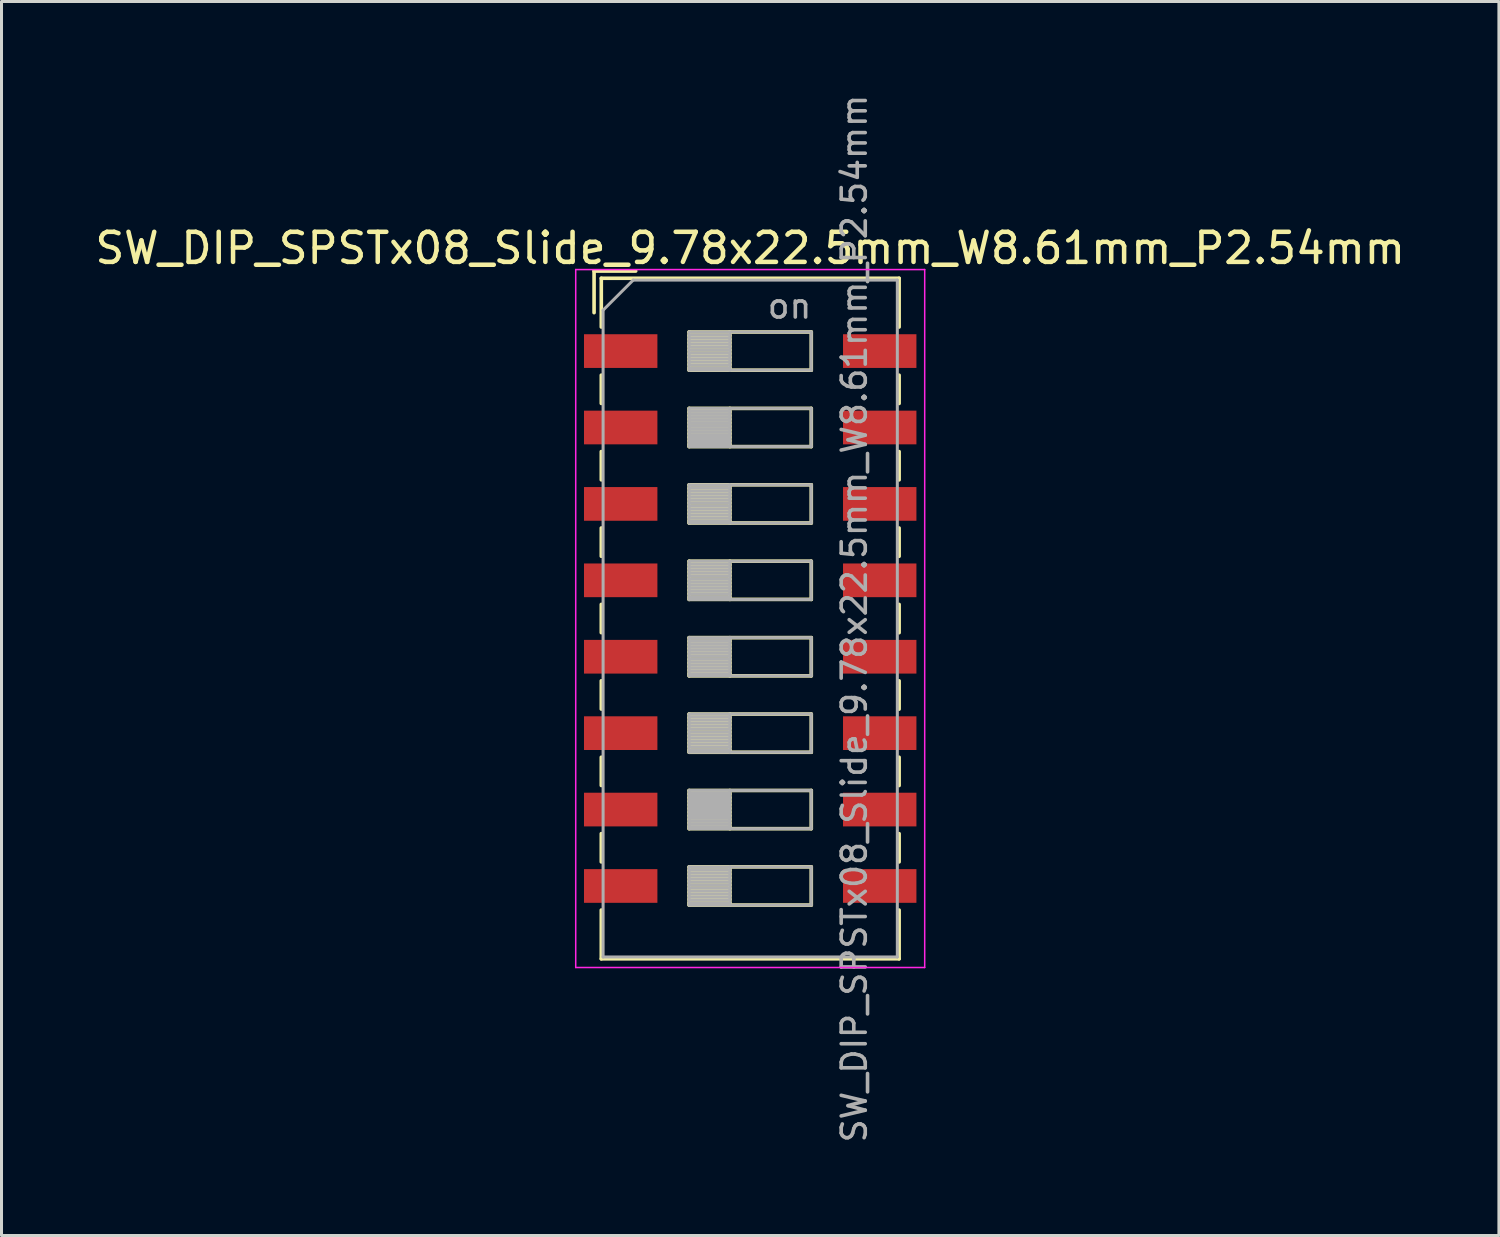
<source format=kicad_pcb>
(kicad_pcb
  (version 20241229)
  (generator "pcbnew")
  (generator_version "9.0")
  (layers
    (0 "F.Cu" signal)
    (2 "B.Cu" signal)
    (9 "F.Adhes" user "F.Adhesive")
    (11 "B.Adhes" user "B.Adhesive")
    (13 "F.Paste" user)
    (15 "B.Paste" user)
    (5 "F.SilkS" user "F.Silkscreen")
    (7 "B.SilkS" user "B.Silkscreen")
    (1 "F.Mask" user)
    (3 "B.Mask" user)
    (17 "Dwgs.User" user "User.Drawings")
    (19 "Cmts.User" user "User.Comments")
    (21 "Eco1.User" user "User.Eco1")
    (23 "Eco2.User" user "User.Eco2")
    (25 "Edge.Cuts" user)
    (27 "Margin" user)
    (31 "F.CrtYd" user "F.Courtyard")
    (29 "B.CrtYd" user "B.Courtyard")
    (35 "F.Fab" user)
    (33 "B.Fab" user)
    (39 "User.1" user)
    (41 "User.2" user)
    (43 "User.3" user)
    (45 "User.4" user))
  (footprint "SW_DIP_SPSTx08_Slide_9.78x22.5mm_W8.61mm_P2.54mm"
    (layer "F.Cu")
    (at 21.887 17.51)
    (property "Reference" "SW_DIP_SPSTx08_Slide_9.78x22.5mm_W8.61mm_P2.54mm" (at 0 -12.31 0) (layer "F.SilkS") (effects (font (size 1 1) (thickness 0.15))))
    (attr smd)
    (fp_line (start -5.19 -11.55) (end -5.19 -10.167) (stroke (width 0.12) (type solid)) (layer "F.SilkS"))
    (fp_line (start -5.19 -11.55) (end -3.806 -11.55) (stroke (width 0.12) (type solid)) (layer "F.SilkS"))
    (fp_line (start -4.95 -11.31) (end -4.95 -9.69) (stroke (width 0.12) (type solid)) (layer "F.SilkS"))
    (fp_line (start -4.95 -11.31) (end 4.95 -11.31) (stroke (width 0.12) (type solid)) (layer "F.SilkS"))
    (fp_line (start -4.95 -8.09) (end -4.95 -7.15) (stroke (width 0.12) (type solid)) (layer "F.SilkS"))
    (fp_line (start -4.95 -5.55) (end -4.95 -4.61) (stroke (width 0.12) (type solid)) (layer "F.SilkS"))
    (fp_line (start -4.95 -3.01) (end -4.95 -2.07) (stroke (width 0.12) (type solid)) (layer "F.SilkS"))
    (fp_line (start -4.95 -0.47) (end -4.95 0.47) (stroke (width 0.12) (type solid)) (layer "F.SilkS"))
    (fp_line (start -4.95 2.07) (end -4.95 3.01) (stroke (width 0.12) (type solid)) (layer "F.SilkS"))
    (fp_line (start -4.95 4.61) (end -4.95 5.55) (stroke (width 0.12) (type solid)) (layer "F.SilkS"))
    (fp_line (start -4.95 7.15) (end -4.95 8.09) (stroke (width 0.12) (type solid)) (layer "F.SilkS"))
    (fp_line (start -4.95 9.69) (end -4.95 11.311) (stroke (width 0.12) (type solid)) (layer "F.SilkS"))
    (fp_line (start -4.95 11.311) (end 4.95 11.311) (stroke (width 0.12) (type solid)) (layer "F.SilkS"))
    (fp_line (start -2.03 -9.525) (end -2.03 -8.255) (stroke (width 0.12) (type solid)) (layer "F.SilkS"))
    (fp_line (start -2.03 -9.405) (end -0.677 -9.405) (stroke (width 0.12) (type solid)) (layer "F.SilkS"))
    (fp_line (start -2.03 -9.285) (end -0.677 -9.285) (stroke (width 0.12) (type solid)) (layer "F.SilkS"))
    (fp_line (start -2.03 -9.165) (end -0.677 -9.165) (stroke (width 0.12) (type solid)) (layer "F.SilkS"))
    (fp_line (start -2.03 -9.045) (end -0.677 -9.045) (stroke (width 0.12) (type solid)) (layer "F.SilkS"))
    (fp_line (start -2.03 -8.925) (end -0.677 -8.925) (stroke (width 0.12) (type solid)) (layer "F.SilkS"))
    (fp_line (start -2.03 -8.805) (end -0.677 -8.805) (stroke (width 0.12) (type solid)) (layer "F.SilkS"))
    (fp_line (start -2.03 -8.685) (end -0.677 -8.685) (stroke (width 0.12) (type solid)) (layer "F.SilkS"))
    (fp_line (start -2.03 -8.565) (end -0.677 -8.565) (stroke (width 0.12) (type solid)) (layer "F.SilkS"))
    (fp_line (start -2.03 -8.445) (end -0.677 -8.445) (stroke (width 0.12) (type solid)) (layer "F.SilkS"))
    (fp_line (start -2.03 -8.325) (end -0.677 -8.325) (stroke (width 0.12) (type solid)) (layer "F.SilkS"))
    (fp_line (start -2.03 -8.255) (end 2.03 -8.255) (stroke (width 0.12) (type solid)) (layer "F.SilkS"))
    (fp_line (start -2.03 -6.985) (end -2.03 -5.715) (stroke (width 0.12) (type solid)) (layer "F.SilkS"))
    (fp_line (start -2.03 -6.865) (end -0.677 -6.865) (stroke (width 0.12) (type solid)) (layer "F.SilkS"))
    (fp_line (start -2.03 -6.745) (end -0.677 -6.745) (stroke (width 0.12) (type solid)) (layer "F.SilkS"))
    (fp_line (start -2.03 -6.625) (end -0.677 -6.625) (stroke (width 0.12) (type solid)) (layer "F.SilkS"))
    (fp_line (start -2.03 -6.505) (end -0.677 -6.505) (stroke (width 0.12) (type solid)) (layer "F.SilkS"))
    (fp_line (start -2.03 -6.385) (end -0.677 -6.385) (stroke (width 0.12) (type solid)) (layer "F.SilkS"))
    (fp_line (start -2.03 -6.265) (end -0.677 -6.265) (stroke (width 0.12) (type solid)) (layer "F.SilkS"))
    (fp_line (start -2.03 -6.145) (end -0.677 -6.145) (stroke (width 0.12) (type solid)) (layer "F.SilkS"))
    (fp_line (start -2.03 -6.025) (end -0.677 -6.025) (stroke (width 0.12) (type solid)) (layer "F.SilkS"))
    (fp_line (start -2.03 -5.905) (end -0.677 -5.905) (stroke (width 0.12) (type solid)) (layer "F.SilkS"))
    (fp_line (start -2.03 -5.785) (end -0.677 -5.785) (stroke (width 0.12) (type solid)) (layer "F.SilkS"))
    (fp_line (start -2.03 -5.715) (end 2.03 -5.715) (stroke (width 0.12) (type solid)) (layer "F.SilkS"))
    (fp_line (start -2.03 -4.445) (end -2.03 -3.175) (stroke (width 0.12) (type solid)) (layer "F.SilkS"))
    (fp_line (start -2.03 -4.325) (end -0.677 -4.325) (stroke (width 0.12) (type solid)) (layer "F.SilkS"))
    (fp_line (start -2.03 -4.205) (end -0.677 -4.205) (stroke (width 0.12) (type solid)) (layer "F.SilkS"))
    (fp_line (start -2.03 -4.085) (end -0.677 -4.085) (stroke (width 0.12) (type solid)) (layer "F.SilkS"))
    (fp_line (start -2.03 -3.965) (end -0.677 -3.965) (stroke (width 0.12) (type solid)) (layer "F.SilkS"))
    (fp_line (start -2.03 -3.845) (end -0.677 -3.845) (stroke (width 0.12) (type solid)) (layer "F.SilkS"))
    (fp_line (start -2.03 -3.725) (end -0.677 -3.725) (stroke (width 0.12) (type solid)) (layer "F.SilkS"))
    (fp_line (start -2.03 -3.605) (end -0.677 -3.605) (stroke (width 0.12) (type solid)) (layer "F.SilkS"))
    (fp_line (start -2.03 -3.485) (end -0.677 -3.485) (stroke (width 0.12) (type solid)) (layer "F.SilkS"))
    (fp_line (start -2.03 -3.365) (end -0.677 -3.365) (stroke (width 0.12) (type solid)) (layer "F.SilkS"))
    (fp_line (start -2.03 -3.245) (end -0.677 -3.245) (stroke (width 0.12) (type solid)) (layer "F.SilkS"))
    (fp_line (start -2.03 -3.175) (end 2.03 -3.175) (stroke (width 0.12) (type solid)) (layer "F.SilkS"))
    (fp_line (start -2.03 -1.905) (end -2.03 -0.635) (stroke (width 0.12) (type solid)) (layer "F.SilkS"))
    (fp_line (start -2.03 -1.785) (end -0.677 -1.785) (stroke (width 0.12) (type solid)) (layer "F.SilkS"))
    (fp_line (start -2.03 -1.665) (end -0.677 -1.665) (stroke (width 0.12) (type solid)) (layer "F.SilkS"))
    (fp_line (start -2.03 -1.545) (end -0.677 -1.545) (stroke (width 0.12) (type solid)) (layer "F.SilkS"))
    (fp_line (start -2.03 -1.425) (end -0.677 -1.425) (stroke (width 0.12) (type solid)) (layer "F.SilkS"))
    (fp_line (start -2.03 -1.305) (end -0.677 -1.305) (stroke (width 0.12) (type solid)) (layer "F.SilkS"))
    (fp_line (start -2.03 -1.185) (end -0.677 -1.185) (stroke (width 0.12) (type solid)) (layer "F.SilkS"))
    (fp_line (start -2.03 -1.065) (end -0.677 -1.065) (stroke (width 0.12) (type solid)) (layer "F.SilkS"))
    (fp_line (start -2.03 -0.945) (end -0.677 -0.945) (stroke (width 0.12) (type solid)) (layer "F.SilkS"))
    (fp_line (start -2.03 -0.825) (end -0.677 -0.825) (stroke (width 0.12) (type solid)) (layer "F.SilkS"))
    (fp_line (start -2.03 -0.705) (end -0.677 -0.705) (stroke (width 0.12) (type solid)) (layer "F.SilkS"))
    (fp_line (start -2.03 -0.635) (end 2.03 -0.635) (stroke (width 0.12) (type solid)) (layer "F.SilkS"))
    (fp_line (start -2.03 0.635) (end -2.03 1.905) (stroke (width 0.12) (type solid)) (layer "F.SilkS"))
    (fp_line (start -2.03 0.755) (end -0.677 0.755) (stroke (width 0.12) (type solid)) (layer "F.SilkS"))
    (fp_line (start -2.03 0.875) (end -0.677 0.875) (stroke (width 0.12) (type solid)) (layer "F.SilkS"))
    (fp_line (start -2.03 0.995) (end -0.677 0.995) (stroke (width 0.12) (type solid)) (layer "F.SilkS"))
    (fp_line (start -2.03 1.115) (end -0.677 1.115) (stroke (width 0.12) (type solid)) (layer "F.SilkS"))
    (fp_line (start -2.03 1.235) (end -0.677 1.235) (stroke (width 0.12) (type solid)) (layer "F.SilkS"))
    (fp_line (start -2.03 1.355) (end -0.677 1.355) (stroke (width 0.12) (type solid)) (layer "F.SilkS"))
    (fp_line (start -2.03 1.475) (end -0.677 1.475) (stroke (width 0.12) (type solid)) (layer "F.SilkS"))
    (fp_line (start -2.03 1.595) (end -0.677 1.595) (stroke (width 0.12) (type solid)) (layer "F.SilkS"))
    (fp_line (start -2.03 1.715) (end -0.677 1.715) (stroke (width 0.12) (type solid)) (layer "F.SilkS"))
    (fp_line (start -2.03 1.835) (end -0.677 1.835) (stroke (width 0.12) (type solid)) (layer "F.SilkS"))
    (fp_line (start -2.03 1.905) (end 2.03 1.905) (stroke (width 0.12) (type solid)) (layer "F.SilkS"))
    (fp_line (start -2.03 3.175) (end -2.03 4.445) (stroke (width 0.12) (type solid)) (layer "F.SilkS"))
    (fp_line (start -2.03 3.295) (end -0.677 3.295) (stroke (width 0.12) (type solid)) (layer "F.SilkS"))
    (fp_line (start -2.03 3.415) (end -0.677 3.415) (stroke (width 0.12) (type solid)) (layer "F.SilkS"))
    (fp_line (start -2.03 3.535) (end -0.677 3.535) (stroke (width 0.12) (type solid)) (layer "F.SilkS"))
    (fp_line (start -2.03 3.655) (end -0.677 3.655) (stroke (width 0.12) (type solid)) (layer "F.SilkS"))
    (fp_line (start -2.03 3.775) (end -0.677 3.775) (stroke (width 0.12) (type solid)) (layer "F.SilkS"))
    (fp_line (start -2.03 3.895) (end -0.677 3.895) (stroke (width 0.12) (type solid)) (layer "F.SilkS"))
    (fp_line (start -2.03 4.015) (end -0.677 4.015) (stroke (width 0.12) (type solid)) (layer "F.SilkS"))
    (fp_line (start -2.03 4.135) (end -0.677 4.135) (stroke (width 0.12) (type solid)) (layer "F.SilkS"))
    (fp_line (start -2.03 4.255) (end -0.677 4.255) (stroke (width 0.12) (type solid)) (layer "F.SilkS"))
    (fp_line (start -2.03 4.375) (end -0.677 4.375) (stroke (width 0.12) (type solid)) (layer "F.SilkS"))
    (fp_line (start -2.03 4.445) (end 2.03 4.445) (stroke (width 0.12) (type solid)) (layer "F.SilkS"))
    (fp_line (start -2.03 5.715) (end -2.03 6.985) (stroke (width 0.12) (type solid)) (layer "F.SilkS"))
    (fp_line (start -2.03 5.835) (end -0.677 5.835) (stroke (width 0.12) (type solid)) (layer "F.SilkS"))
    (fp_line (start -2.03 5.955) (end -0.677 5.955) (stroke (width 0.12) (type solid)) (layer "F.SilkS"))
    (fp_line (start -2.03 6.075) (end -0.677 6.075) (stroke (width 0.12) (type solid)) (layer "F.SilkS"))
    (fp_line (start -2.03 6.195) (end -0.677 6.195) (stroke (width 0.12) (type solid)) (layer "F.SilkS"))
    (fp_line (start -2.03 6.315) (end -0.677 6.315) (stroke (width 0.12) (type solid)) (layer "F.SilkS"))
    (fp_line (start -2.03 6.435) (end -0.677 6.435) (stroke (width 0.12) (type solid)) (layer "F.SilkS"))
    (fp_line (start -2.03 6.555) (end -0.677 6.555) (stroke (width 0.12) (type solid)) (layer "F.SilkS"))
    (fp_line (start -2.03 6.675) (end -0.677 6.675) (stroke (width 0.12) (type solid)) (layer "F.SilkS"))
    (fp_line (start -2.03 6.795) (end -0.677 6.795) (stroke (width 0.12) (type solid)) (layer "F.SilkS"))
    (fp_line (start -2.03 6.915) (end -0.677 6.915) (stroke (width 0.12) (type solid)) (layer "F.SilkS"))
    (fp_line (start -2.03 6.985) (end 2.03 6.985) (stroke (width 0.12) (type solid)) (layer "F.SilkS"))
    (fp_line (start -2.03 8.255) (end -2.03 9.525) (stroke (width 0.12) (type solid)) (layer "F.SilkS"))
    (fp_line (start -2.03 8.375) (end -0.677 8.375) (stroke (width 0.12) (type solid)) (layer "F.SilkS"))
    (fp_line (start -2.03 8.495) (end -0.677 8.495) (stroke (width 0.12) (type solid)) (layer "F.SilkS"))
    (fp_line (start -2.03 8.615) (end -0.677 8.615) (stroke (width 0.12) (type solid)) (layer "F.SilkS"))
    (fp_line (start -2.03 8.735) (end -0.677 8.735) (stroke (width 0.12) (type solid)) (layer "F.SilkS"))
    (fp_line (start -2.03 8.855) (end -0.677 8.855) (stroke (width 0.12) (type solid)) (layer "F.SilkS"))
    (fp_line (start -2.03 8.975) (end -0.677 8.975) (stroke (width 0.12) (type solid)) (layer "F.SilkS"))
    (fp_line (start -2.03 9.095) (end -0.677 9.095) (stroke (width 0.12) (type solid)) (layer "F.SilkS"))
    (fp_line (start -2.03 9.215) (end -0.677 9.215) (stroke (width 0.12) (type solid)) (layer "F.SilkS"))
    (fp_line (start -2.03 9.335) (end -0.677 9.335) (stroke (width 0.12) (type solid)) (layer "F.SilkS"))
    (fp_line (start -2.03 9.455) (end -0.677 9.455) (stroke (width 0.12) (type solid)) (layer "F.SilkS"))
    (fp_line (start -2.03 9.525) (end 2.03 9.525) (stroke (width 0.12) (type solid)) (layer "F.SilkS"))
    (fp_line (start -0.677 -9.525) (end -0.677 -8.255) (stroke (width 0.12) (type solid)) (layer "F.SilkS"))
    (fp_line (start -0.677 -6.985) (end -0.677 -5.715) (stroke (width 0.12) (type solid)) (layer "F.SilkS"))
    (fp_line (start -0.677 -4.445) (end -0.677 -3.175) (stroke (width 0.12) (type solid)) (layer "F.SilkS"))
    (fp_line (start -0.677 -1.905) (end -0.677 -0.635) (stroke (width 0.12) (type solid)) (layer "F.SilkS"))
    (fp_line (start -0.677 0.635) (end -0.677 1.905) (stroke (width 0.12) (type solid)) (layer "F.SilkS"))
    (fp_line (start -0.677 3.175) (end -0.677 4.445) (stroke (width 0.12) (type solid)) (layer "F.SilkS"))
    (fp_line (start -0.677 5.715) (end -0.677 6.985) (stroke (width 0.12) (type solid)) (layer "F.SilkS"))
    (fp_line (start -0.677 8.255) (end -0.677 9.525) (stroke (width 0.12) (type solid)) (layer "F.SilkS"))
    (fp_line (start 2.03 -9.525) (end -2.03 -9.525) (stroke (width 0.12) (type solid)) (layer "F.SilkS"))
    (fp_line (start 2.03 -8.255) (end 2.03 -9.525) (stroke (width 0.12) (type solid)) (layer "F.SilkS"))
    (fp_line (start 2.03 -6.985) (end -2.03 -6.985) (stroke (width 0.12) (type solid)) (layer "F.SilkS"))
    (fp_line (start 2.03 -5.715) (end 2.03 -6.985) (stroke (width 0.12) (type solid)) (layer "F.SilkS"))
    (fp_line (start 2.03 -4.445) (end -2.03 -4.445) (stroke (width 0.12) (type solid)) (layer "F.SilkS"))
    (fp_line (start 2.03 -3.175) (end 2.03 -4.445) (stroke (width 0.12) (type solid)) (layer "F.SilkS"))
    (fp_line (start 2.03 -1.905) (end -2.03 -1.905) (stroke (width 0.12) (type solid)) (layer "F.SilkS"))
    (fp_line (start 2.03 -0.635) (end 2.03 -1.905) (stroke (width 0.12) (type solid)) (layer "F.SilkS"))
    (fp_line (start 2.03 0.635) (end -2.03 0.635) (stroke (width 0.12) (type solid)) (layer "F.SilkS"))
    (fp_line (start 2.03 1.905) (end 2.03 0.635) (stroke (width 0.12) (type solid)) (layer "F.SilkS"))
    (fp_line (start 2.03 3.175) (end -2.03 3.175) (stroke (width 0.12) (type solid)) (layer "F.SilkS"))
    (fp_line (start 2.03 4.445) (end 2.03 3.175) (stroke (width 0.12) (type solid)) (layer "F.SilkS"))
    (fp_line (start 2.03 5.715) (end -2.03 5.715) (stroke (width 0.12) (type solid)) (layer "F.SilkS"))
    (fp_line (start 2.03 6.985) (end 2.03 5.715) (stroke (width 0.12) (type solid)) (layer "F.SilkS"))
    (fp_line (start 2.03 8.255) (end -2.03 8.255) (stroke (width 0.12) (type solid)) (layer "F.SilkS"))
    (fp_line (start 2.03 9.525) (end 2.03 8.255) (stroke (width 0.12) (type solid)) (layer "F.SilkS"))
    (fp_line (start 4.95 -11.31) (end 4.95 -9.69) (stroke (width 0.12) (type solid)) (layer "F.SilkS"))
    (fp_line (start 4.95 -8.089) (end 4.95 -7.149) (stroke (width 0.12) (type solid)) (layer "F.SilkS"))
    (fp_line (start 4.95 -5.549) (end 4.95 -4.609) (stroke (width 0.12) (type solid)) (layer "F.SilkS"))
    (fp_line (start 4.95 -3.009) (end 4.95 -2.069) (stroke (width 0.12) (type solid)) (layer "F.SilkS"))
    (fp_line (start 4.95 -0.469) (end 4.95 0.471) (stroke (width 0.12) (type solid)) (layer "F.SilkS"))
    (fp_line (start 4.95 2.071) (end 4.95 3.011) (stroke (width 0.12) (type solid)) (layer "F.SilkS"))
    (fp_line (start 4.95 4.611) (end 4.95 5.551) (stroke (width 0.12) (type solid)) (layer "F.SilkS"))
    (fp_line (start 4.95 7.151) (end 4.95 8.09) (stroke (width 0.12) (type solid)) (layer "F.SilkS"))
    (fp_line (start 4.95 9.69) (end 4.95 11.311) (stroke (width 0.12) (type solid)) (layer "F.SilkS"))
    (fp_line (start -5.8 -11.6) (end -5.8 11.6) (stroke (width 0.05) (type solid)) (layer "F.CrtYd"))
    (fp_line (start -5.8 11.6) (end 5.8 11.6) (stroke (width 0.05) (type solid)) (layer "F.CrtYd"))
    (fp_line (start 5.8 -11.6) (end -5.8 -11.6) (stroke (width 0.05) (type solid)) (layer "F.CrtYd"))
    (fp_line (start 5.8 11.6) (end 5.8 -11.6) (stroke (width 0.05) (type solid)) (layer "F.CrtYd"))
    (fp_line (start -4.89 -10.25) (end -3.89 -11.25) (stroke (width 0.1) (type solid)) (layer "F.Fab"))
    (fp_line (start -4.89 11.25) (end -4.89 -10.25) (stroke (width 0.1) (type solid)) (layer "F.Fab"))
    (fp_line (start -3.89 -11.25) (end 4.89 -11.25) (stroke (width 0.1) (type solid)) (layer "F.Fab"))
    (fp_line (start -2.03 -9.525) (end -2.03 -8.255) (stroke (width 0.1) (type solid)) (layer "F.Fab"))
    (fp_line (start -2.03 -9.425) (end -0.677 -9.425) (stroke (width 0.1) (type solid)) (layer "F.Fab"))
    (fp_line (start -2.03 -9.325) (end -0.677 -9.325) (stroke (width 0.1) (type solid)) (layer "F.Fab"))
    (fp_line (start -2.03 -9.225) (end -0.677 -9.225) (stroke (width 0.1) (type solid)) (layer "F.Fab"))
    (fp_line (start -2.03 -9.125) (end -0.677 -9.125) (stroke (width 0.1) (type solid)) (layer "F.Fab"))
    (fp_line (start -2.03 -9.025) (end -0.677 -9.025) (stroke (width 0.1) (type solid)) (layer "F.Fab"))
    (fp_line (start -2.03 -8.925) (end -0.677 -8.925) (stroke (width 0.1) (type solid)) (layer "F.Fab"))
    (fp_line (start -2.03 -8.825) (end -0.677 -8.825) (stroke (width 0.1) (type solid)) (layer "F.Fab"))
    (fp_line (start -2.03 -8.725) (end -0.677 -8.725) (stroke (width 0.1) (type solid)) (layer "F.Fab"))
    (fp_line (start -2.03 -8.625) (end -0.677 -8.625) (stroke (width 0.1) (type solid)) (layer "F.Fab"))
    (fp_line (start -2.03 -8.525) (end -0.677 -8.525) (stroke (width 0.1) (type solid)) (layer "F.Fab"))
    (fp_line (start -2.03 -8.425) (end -0.677 -8.425) (stroke (width 0.1) (type solid)) (layer "F.Fab"))
    (fp_line (start -2.03 -8.325) (end -0.677 -8.325) (stroke (width 0.1) (type solid)) (layer "F.Fab"))
    (fp_line (start -2.03 -8.255) (end 2.03 -8.255) (stroke (width 0.1) (type solid)) (layer "F.Fab"))
    (fp_line (start -2.03 -6.985) (end -2.03 -5.715) (stroke (width 0.1) (type solid)) (layer "F.Fab"))
    (fp_line (start -2.03 -6.885) (end -0.677 -6.885) (stroke (width 0.1) (type solid)) (layer "F.Fab"))
    (fp_line (start -2.03 -6.785) (end -0.677 -6.785) (stroke (width 0.1) (type solid)) (layer "F.Fab"))
    (fp_line (start -2.03 -6.685) (end -0.677 -6.685) (stroke (width 0.1) (type solid)) (layer "F.Fab"))
    (fp_line (start -2.03 -6.585) (end -0.677 -6.585) (stroke (width 0.1) (type solid)) (layer "F.Fab"))
    (fp_line (start -2.03 -6.485) (end -0.677 -6.485) (stroke (width 0.1) (type solid)) (layer "F.Fab"))
    (fp_line (start -2.03 -6.385) (end -0.677 -6.385) (stroke (width 0.1) (type solid)) (layer "F.Fab"))
    (fp_line (start -2.03 -6.285) (end -0.677 -6.285) (stroke (width 0.1) (type solid)) (layer "F.Fab"))
    (fp_line (start -2.03 -6.185) (end -0.677 -6.185) (stroke (width 0.1) (type solid)) (layer "F.Fab"))
    (fp_line (start -2.03 -6.085) (end -0.677 -6.085) (stroke (width 0.1) (type solid)) (layer "F.Fab"))
    (fp_line (start -2.03 -5.985) (end -0.677 -5.985) (stroke (width 0.1) (type solid)) (layer "F.Fab"))
    (fp_line (start -2.03 -5.885) (end -0.677 -5.885) (stroke (width 0.1) (type solid)) (layer "F.Fab"))
    (fp_line (start -2.03 -5.785) (end -0.677 -5.785) (stroke (width 0.1) (type solid)) (layer "F.Fab"))
    (fp_line (start -2.03 -5.715) (end 2.03 -5.715) (stroke (width 0.1) (type solid)) (layer "F.Fab"))
    (fp_line (start -2.03 -4.445) (end -2.03 -3.175) (stroke (width 0.1) (type solid)) (layer "F.Fab"))
    (fp_line (start -2.03 -4.345) (end -0.677 -4.345) (stroke (width 0.1) (type solid)) (layer "F.Fab"))
    (fp_line (start -2.03 -4.245) (end -0.677 -4.245) (stroke (width 0.1) (type solid)) (layer "F.Fab"))
    (fp_line (start -2.03 -4.145) (end -0.677 -4.145) (stroke (width 0.1) (type solid)) (layer "F.Fab"))
    (fp_line (start -2.03 -4.045) (end -0.677 -4.045) (stroke (width 0.1) (type solid)) (layer "F.Fab"))
    (fp_line (start -2.03 -3.945) (end -0.677 -3.945) (stroke (width 0.1) (type solid)) (layer "F.Fab"))
    (fp_line (start -2.03 -3.845) (end -0.677 -3.845) (stroke (width 0.1) (type solid)) (layer "F.Fab"))
    (fp_line (start -2.03 -3.745) (end -0.677 -3.745) (stroke (width 0.1) (type solid)) (layer "F.Fab"))
    (fp_line (start -2.03 -3.645) (end -0.677 -3.645) (stroke (width 0.1) (type solid)) (layer "F.Fab"))
    (fp_line (start -2.03 -3.545) (end -0.677 -3.545) (stroke (width 0.1) (type solid)) (layer "F.Fab"))
    (fp_line (start -2.03 -3.445) (end -0.677 -3.445) (stroke (width 0.1) (type solid)) (layer "F.Fab"))
    (fp_line (start -2.03 -3.345) (end -0.677 -3.345) (stroke (width 0.1) (type solid)) (layer "F.Fab"))
    (fp_line (start -2.03 -3.245) (end -0.677 -3.245) (stroke (width 0.1) (type solid)) (layer "F.Fab"))
    (fp_line (start -2.03 -3.175) (end 2.03 -3.175) (stroke (width 0.1) (type solid)) (layer "F.Fab"))
    (fp_line (start -2.03 -1.905) (end -2.03 -0.635) (stroke (width 0.1) (type solid)) (layer "F.Fab"))
    (fp_line (start -2.03 -1.805) (end -0.677 -1.805) (stroke (width 0.1) (type solid)) (layer "F.Fab"))
    (fp_line (start -2.03 -1.705) (end -0.677 -1.705) (stroke (width 0.1) (type solid)) (layer "F.Fab"))
    (fp_line (start -2.03 -1.605) (end -0.677 -1.605) (stroke (width 0.1) (type solid)) (layer "F.Fab"))
    (fp_line (start -2.03 -1.505) (end -0.677 -1.505) (stroke (width 0.1) (type solid)) (layer "F.Fab"))
    (fp_line (start -2.03 -1.405) (end -0.677 -1.405) (stroke (width 0.1) (type solid)) (layer "F.Fab"))
    (fp_line (start -2.03 -1.305) (end -0.677 -1.305) (stroke (width 0.1) (type solid)) (layer "F.Fab"))
    (fp_line (start -2.03 -1.205) (end -0.677 -1.205) (stroke (width 0.1) (type solid)) (layer "F.Fab"))
    (fp_line (start -2.03 -1.105) (end -0.677 -1.105) (stroke (width 0.1) (type solid)) (layer "F.Fab"))
    (fp_line (start -2.03 -1.005) (end -0.677 -1.005) (stroke (width 0.1) (type solid)) (layer "F.Fab"))
    (fp_line (start -2.03 -0.905) (end -0.677 -0.905) (stroke (width 0.1) (type solid)) (layer "F.Fab"))
    (fp_line (start -2.03 -0.805) (end -0.677 -0.805) (stroke (width 0.1) (type solid)) (layer "F.Fab"))
    (fp_line (start -2.03 -0.705) (end -0.677 -0.705) (stroke (width 0.1) (type solid)) (layer "F.Fab"))
    (fp_line (start -2.03 -0.635) (end 2.03 -0.635) (stroke (width 0.1) (type solid)) (layer "F.Fab"))
    (fp_line (start -2.03 0.635) (end -2.03 1.905) (stroke (width 0.1) (type solid)) (layer "F.Fab"))
    (fp_line (start -2.03 0.735) (end -0.677 0.735) (stroke (width 0.1) (type solid)) (layer "F.Fab"))
    (fp_line (start -2.03 0.835) (end -0.677 0.835) (stroke (width 0.1) (type solid)) (layer "F.Fab"))
    (fp_line (start -2.03 0.935) (end -0.677 0.935) (stroke (width 0.1) (type solid)) (layer "F.Fab"))
    (fp_line (start -2.03 1.035) (end -0.677 1.035) (stroke (width 0.1) (type solid)) (layer "F.Fab"))
    (fp_line (start -2.03 1.135) (end -0.677 1.135) (stroke (width 0.1) (type solid)) (layer "F.Fab"))
    (fp_line (start -2.03 1.235) (end -0.677 1.235) (stroke (width 0.1) (type solid)) (layer "F.Fab"))
    (fp_line (start -2.03 1.335) (end -0.677 1.335) (stroke (width 0.1) (type solid)) (layer "F.Fab"))
    (fp_line (start -2.03 1.435) (end -0.677 1.435) (stroke (width 0.1) (type solid)) (layer "F.Fab"))
    (fp_line (start -2.03 1.535) (end -0.677 1.535) (stroke (width 0.1) (type solid)) (layer "F.Fab"))
    (fp_line (start -2.03 1.635) (end -0.677 1.635) (stroke (width 0.1) (type solid)) (layer "F.Fab"))
    (fp_line (start -2.03 1.735) (end -0.677 1.735) (stroke (width 0.1) (type solid)) (layer "F.Fab"))
    (fp_line (start -2.03 1.835) (end -0.677 1.835) (stroke (width 0.1) (type solid)) (layer "F.Fab"))
    (fp_line (start -2.03 1.905) (end 2.03 1.905) (stroke (width 0.1) (type solid)) (layer "F.Fab"))
    (fp_line (start -2.03 3.175) (end -2.03 4.445) (stroke (width 0.1) (type solid)) (layer "F.Fab"))
    (fp_line (start -2.03 3.275) (end -0.677 3.275) (stroke (width 0.1) (type solid)) (layer "F.Fab"))
    (fp_line (start -2.03 3.375) (end -0.677 3.375) (stroke (width 0.1) (type solid)) (layer "F.Fab"))
    (fp_line (start -2.03 3.475) (end -0.677 3.475) (stroke (width 0.1) (type solid)) (layer "F.Fab"))
    (fp_line (start -2.03 3.575) (end -0.677 3.575) (stroke (width 0.1) (type solid)) (layer "F.Fab"))
    (fp_line (start -2.03 3.675) (end -0.677 3.675) (stroke (width 0.1) (type solid)) (layer "F.Fab"))
    (fp_line (start -2.03 3.775) (end -0.677 3.775) (stroke (width 0.1) (type solid)) (layer "F.Fab"))
    (fp_line (start -2.03 3.875) (end -0.677 3.875) (stroke (width 0.1) (type solid)) (layer "F.Fab"))
    (fp_line (start -2.03 3.975) (end -0.677 3.975) (stroke (width 0.1) (type solid)) (layer "F.Fab"))
    (fp_line (start -2.03 4.075) (end -0.677 4.075) (stroke (width 0.1) (type solid)) (layer "F.Fab"))
    (fp_line (start -2.03 4.175) (end -0.677 4.175) (stroke (width 0.1) (type solid)) (layer "F.Fab"))
    (fp_line (start -2.03 4.275) (end -0.677 4.275) (stroke (width 0.1) (type solid)) (layer "F.Fab"))
    (fp_line (start -2.03 4.375) (end -0.677 4.375) (stroke (width 0.1) (type solid)) (layer "F.Fab"))
    (fp_line (start -2.03 4.445) (end 2.03 4.445) (stroke (width 0.1) (type solid)) (layer "F.Fab"))
    (fp_line (start -2.03 5.715) (end -2.03 6.985) (stroke (width 0.1) (type solid)) (layer "F.Fab"))
    (fp_line (start -2.03 5.815) (end -0.677 5.815) (stroke (width 0.1) (type solid)) (layer "F.Fab"))
    (fp_line (start -2.03 5.915) (end -0.677 5.915) (stroke (width 0.1) (type solid)) (layer "F.Fab"))
    (fp_line (start -2.03 6.015) (end -0.677 6.015) (stroke (width 0.1) (type solid)) (layer "F.Fab"))
    (fp_line (start -2.03 6.115) (end -0.677 6.115) (stroke (width 0.1) (type solid)) (layer "F.Fab"))
    (fp_line (start -2.03 6.215) (end -0.677 6.215) (stroke (width 0.1) (type solid)) (layer "F.Fab"))
    (fp_line (start -2.03 6.315) (end -0.677 6.315) (stroke (width 0.1) (type solid)) (layer "F.Fab"))
    (fp_line (start -2.03 6.415) (end -0.677 6.415) (stroke (width 0.1) (type solid)) (layer "F.Fab"))
    (fp_line (start -2.03 6.515) (end -0.677 6.515) (stroke (width 0.1) (type solid)) (layer "F.Fab"))
    (fp_line (start -2.03 6.615) (end -0.677 6.615) (stroke (width 0.1) (type solid)) (layer "F.Fab"))
    (fp_line (start -2.03 6.715) (end -0.677 6.715) (stroke (width 0.1) (type solid)) (layer "F.Fab"))
    (fp_line (start -2.03 6.815) (end -0.677 6.815) (stroke (width 0.1) (type solid)) (layer "F.Fab"))
    (fp_line (start -2.03 6.915) (end -0.677 6.915) (stroke (width 0.1) (type solid)) (layer "F.Fab"))
    (fp_line (start -2.03 6.985) (end 2.03 6.985) (stroke (width 0.1) (type solid)) (layer "F.Fab"))
    (fp_line (start -2.03 8.255) (end -2.03 9.525) (stroke (width 0.1) (type solid)) (layer "F.Fab"))
    (fp_line (start -2.03 8.355) (end -0.677 8.355) (stroke (width 0.1) (type solid)) (layer "F.Fab"))
    (fp_line (start -2.03 8.455) (end -0.677 8.455) (stroke (width 0.1) (type solid)) (layer "F.Fab"))
    (fp_line (start -2.03 8.555) (end -0.677 8.555) (stroke (width 0.1) (type solid)) (layer "F.Fab"))
    (fp_line (start -2.03 8.655) (end -0.677 8.655) (stroke (width 0.1) (type solid)) (layer "F.Fab"))
    (fp_line (start -2.03 8.755) (end -0.677 8.755) (stroke (width 0.1) (type solid)) (layer "F.Fab"))
    (fp_line (start -2.03 8.855) (end -0.677 8.855) (stroke (width 0.1) (type solid)) (layer "F.Fab"))
    (fp_line (start -2.03 8.955) (end -0.677 8.955) (stroke (width 0.1) (type solid)) (layer "F.Fab"))
    (fp_line (start -2.03 9.055) (end -0.677 9.055) (stroke (width 0.1) (type solid)) (layer "F.Fab"))
    (fp_line (start -2.03 9.155) (end -0.677 9.155) (stroke (width 0.1) (type solid)) (layer "F.Fab"))
    (fp_line (start -2.03 9.255) (end -0.677 9.255) (stroke (width 0.1) (type solid)) (layer "F.Fab"))
    (fp_line (start -2.03 9.355) (end -0.677 9.355) (stroke (width 0.1) (type solid)) (layer "F.Fab"))
    (fp_line (start -2.03 9.455) (end -0.677 9.455) (stroke (width 0.1) (type solid)) (layer "F.Fab"))
    (fp_line (start -2.03 9.525) (end 2.03 9.525) (stroke (width 0.1) (type solid)) (layer "F.Fab"))
    (fp_line (start -0.677 -9.525) (end -0.677 -8.255) (stroke (width 0.1) (type solid)) (layer "F.Fab"))
    (fp_line (start -0.677 -6.985) (end -0.677 -5.715) (stroke (width 0.1) (type solid)) (layer "F.Fab"))
    (fp_line (start -0.677 -4.445) (end -0.677 -3.175) (stroke (width 0.1) (type solid)) (layer "F.Fab"))
    (fp_line (start -0.677 -1.905) (end -0.677 -0.635) (stroke (width 0.1) (type solid)) (layer "F.Fab"))
    (fp_line (start -0.677 0.635) (end -0.677 1.905) (stroke (width 0.1) (type solid)) (layer "F.Fab"))
    (fp_line (start -0.677 3.175) (end -0.677 4.445) (stroke (width 0.1) (type solid)) (layer "F.Fab"))
    (fp_line (start -0.677 5.715) (end -0.677 6.985) (stroke (width 0.1) (type solid)) (layer "F.Fab"))
    (fp_line (start -0.677 8.255) (end -0.677 9.525) (stroke (width 0.1) (type solid)) (layer "F.Fab"))
    (fp_line (start 2.03 -9.525) (end -2.03 -9.525) (stroke (width 0.1) (type solid)) (layer "F.Fab"))
    (fp_line (start 2.03 -8.255) (end 2.03 -9.525) (stroke (width 0.1) (type solid)) (layer "F.Fab"))
    (fp_line (start 2.03 -6.985) (end -2.03 -6.985) (stroke (width 0.1) (type solid)) (layer "F.Fab"))
    (fp_line (start 2.03 -5.715) (end 2.03 -6.985) (stroke (width 0.1) (type solid)) (layer "F.Fab"))
    (fp_line (start 2.03 -4.445) (end -2.03 -4.445) (stroke (width 0.1) (type solid)) (layer "F.Fab"))
    (fp_line (start 2.03 -3.175) (end 2.03 -4.445) (stroke (width 0.1) (type solid)) (layer "F.Fab"))
    (fp_line (start 2.03 -1.905) (end -2.03 -1.905) (stroke (width 0.1) (type solid)) (layer "F.Fab"))
    (fp_line (start 2.03 -0.635) (end 2.03 -1.905) (stroke (width 0.1) (type solid)) (layer "F.Fab"))
    (fp_line (start 2.03 0.635) (end -2.03 0.635) (stroke (width 0.1) (type solid)) (layer "F.Fab"))
    (fp_line (start 2.03 1.905) (end 2.03 0.635) (stroke (width 0.1) (type solid)) (layer "F.Fab"))
    (fp_line (start 2.03 3.175) (end -2.03 3.175) (stroke (width 0.1) (type solid)) (layer "F.Fab"))
    (fp_line (start 2.03 4.445) (end 2.03 3.175) (stroke (width 0.1) (type solid)) (layer "F.Fab"))
    (fp_line (start 2.03 5.715) (end -2.03 5.715) (stroke (width 0.1) (type solid)) (layer "F.Fab"))
    (fp_line (start 2.03 6.985) (end 2.03 5.715) (stroke (width 0.1) (type solid)) (layer "F.Fab"))
    (fp_line (start 2.03 8.255) (end -2.03 8.255) (stroke (width 0.1) (type solid)) (layer "F.Fab"))
    (fp_line (start 2.03 9.525) (end 2.03 8.255) (stroke (width 0.1) (type solid)) (layer "F.Fab"))
    (fp_line (start 4.89 -11.25) (end 4.89 11.25) (stroke (width 0.1) (type solid)) (layer "F.Fab"))
    (fp_line (start 4.89 11.25) (end -4.89 11.25) (stroke (width 0.1) (type solid)) (layer "F.Fab"))
    (fp_text user "${REFERENCE}" (at 3.46 0 90) (layer "F.Fab") (effects (font (size 0.8 0.8) (thickness 0.12))))
    (fp_text user "on" (at 1.308 -10.387 0) (layer "F.Fab") (effects (font (size 0.8 0.8) (thickness 0.12))))
    (pad "1" smd rect (at -4.305 -8.89) (size 2.44 1.12) (layers "F.Cu" "F.Mask" "F.Paste"))
    (pad "2" smd rect (at -4.305 -6.35) (size 2.44 1.12) (layers "F.Cu" "F.Mask" "F.Paste"))
    (pad "3" smd rect (at -4.305 -3.81) (size 2.44 1.12) (layers "F.Cu" "F.Mask" "F.Paste"))
    (pad "4" smd rect (at -4.305 -1.27) (size 2.44 1.12) (layers "F.Cu" "F.Mask" "F.Paste"))
    (pad "5" smd rect (at -4.305 1.27) (size 2.44 1.12) (layers "F.Cu" "F.Mask" "F.Paste"))
    (pad "6" smd rect (at -4.305 3.81) (size 2.44 1.12) (layers "F.Cu" "F.Mask" "F.Paste"))
    (pad "7" smd rect (at -4.305 6.35) (size 2.44 1.12) (layers "F.Cu" "F.Mask" "F.Paste"))
    (pad "8" smd rect (at -4.305 8.89) (size 2.44 1.12) (layers "F.Cu" "F.Mask" "F.Paste"))
    (pad "9" smd rect (at 4.305 8.89) (size 2.44 1.12) (layers "F.Cu" "F.Mask" "F.Paste"))
    (pad "10" smd rect (at 4.305 6.35) (size 2.44 1.12) (layers "F.Cu" "F.Mask" "F.Paste"))
    (pad "11" smd rect (at 4.305 3.81) (size 2.44 1.12) (layers "F.Cu" "F.Mask" "F.Paste"))
    (pad "12" smd rect (at 4.305 1.27) (size 2.44 1.12) (layers "F.Cu" "F.Mask" "F.Paste"))
    (pad "13" smd rect (at 4.305 -1.27) (size 2.44 1.12) (layers "F.Cu" "F.Mask" "F.Paste"))
    (pad "14" smd rect (at 4.305 -3.81) (size 2.44 1.12) (layers "F.Cu" "F.Mask" "F.Paste"))
    (pad "15" smd rect (at 4.305 -6.35) (size 2.44 1.12) (layers "F.Cu" "F.Mask" "F.Paste"))
    (pad "16" smd rect (at 4.305 -8.89) (size 2.44 1.12) (layers "F.Cu" "F.Mask" "F.Paste")))
  (gr_rect
    (start -3 -3)
    (end 46.774 38.019)
    (stroke (width 0.1) (type default))
    (fill no)
    (layer "Edge.Cuts")))
</source>
